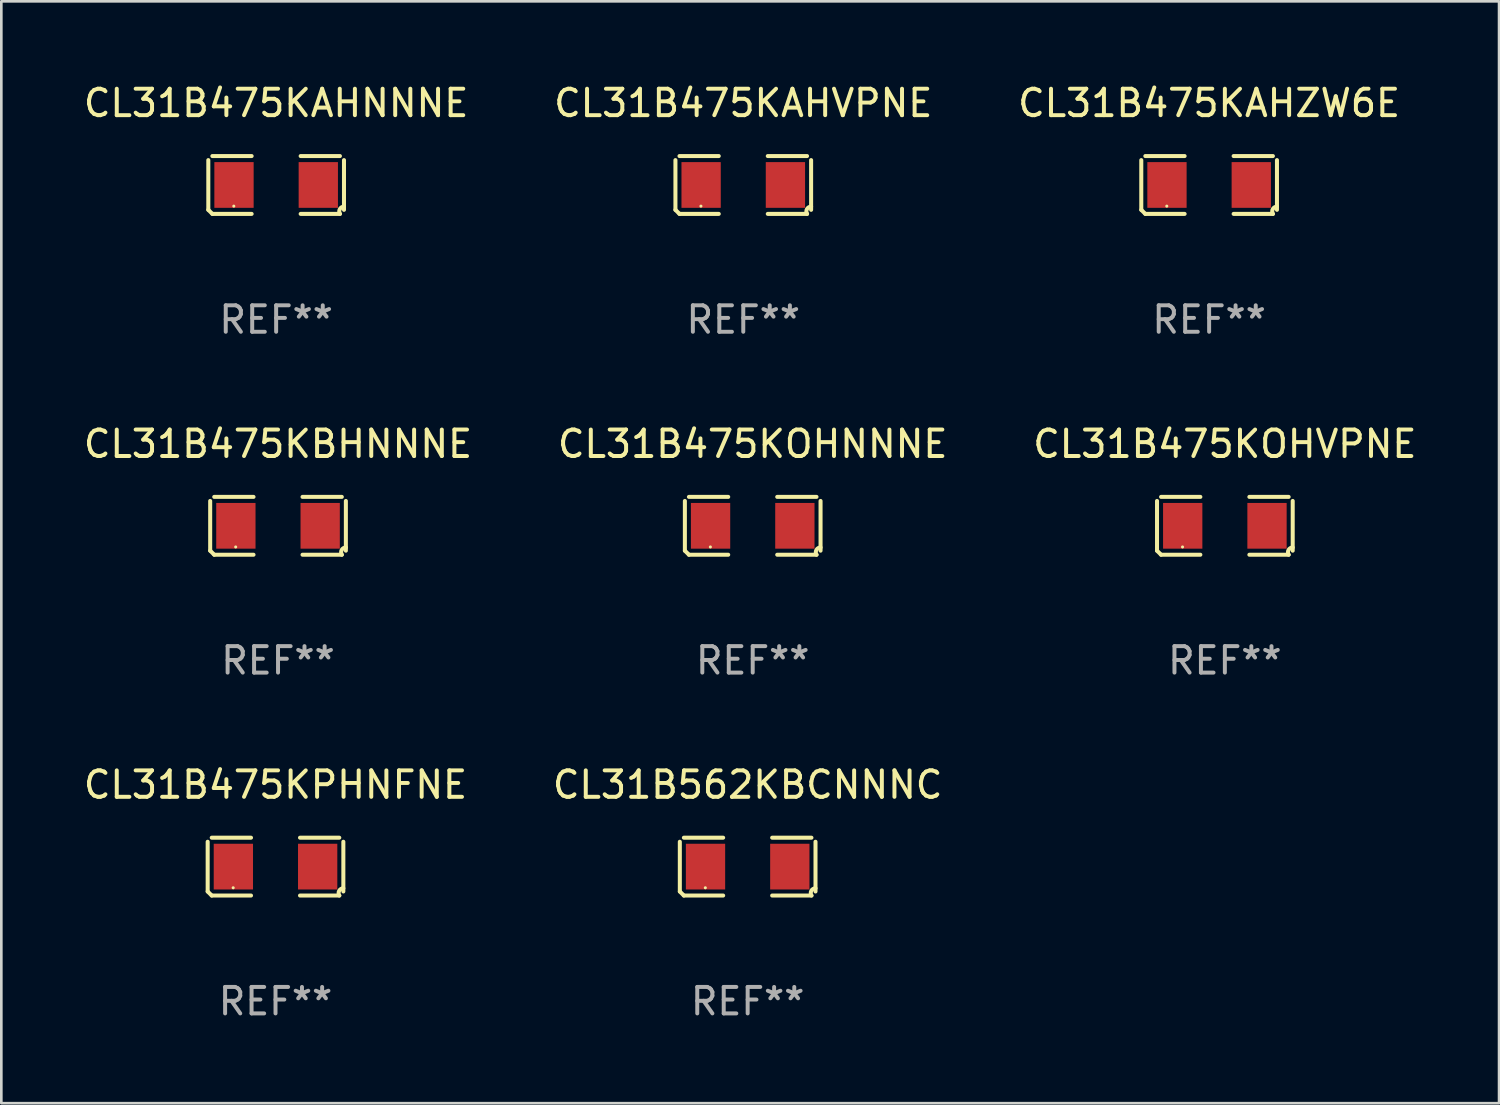
<source format=kicad_pcb>
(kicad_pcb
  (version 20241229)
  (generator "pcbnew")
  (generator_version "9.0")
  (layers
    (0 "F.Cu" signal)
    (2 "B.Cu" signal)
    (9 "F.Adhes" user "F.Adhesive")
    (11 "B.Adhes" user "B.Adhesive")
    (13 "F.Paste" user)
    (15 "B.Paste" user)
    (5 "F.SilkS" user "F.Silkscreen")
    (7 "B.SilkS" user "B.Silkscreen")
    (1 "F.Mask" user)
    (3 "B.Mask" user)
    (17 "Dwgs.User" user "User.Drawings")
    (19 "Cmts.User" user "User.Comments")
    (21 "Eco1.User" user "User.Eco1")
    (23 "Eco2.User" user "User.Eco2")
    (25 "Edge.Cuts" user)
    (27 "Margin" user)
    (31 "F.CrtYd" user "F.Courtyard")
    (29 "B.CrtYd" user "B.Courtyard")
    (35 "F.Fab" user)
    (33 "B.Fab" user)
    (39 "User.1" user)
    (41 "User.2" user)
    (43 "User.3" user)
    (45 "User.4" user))
  (footprint "CL31B475KAHNNNE"
    (layer "F.Cu")
    (at 7.387 3.941)
    (property "Reference" "CL31B475KAHNNNE" (at 0 -3.093 0) (layer "F.SilkS") (effects (font (size 1 1) (thickness 0.15))))
    (attr through_hole)
    (fp_line (start -2.564 0.94) (end -2.564 -0.94) (stroke (width 0.152) (type solid)) (layer "F.SilkS"))
    (fp_line (start -2.411 -1.093) (end -0.926 -1.093) (stroke (width 0.152) (type solid)) (layer "F.SilkS"))
    (fp_line (start -0.926 1.093) (end -2.411 1.093) (stroke (width 0.152) (type solid)) (layer "F.SilkS"))
    (fp_line (start 0.926 1.093) (end 2.411 1.093) (stroke (width 0.152) (type solid)) (layer "F.SilkS"))
    (fp_line (start 2.411 -1.093) (end 0.926 -1.093) (stroke (width 0.152) (type solid)) (layer "F.SilkS"))
    (fp_line (start 2.564 0.94) (end 2.564 -0.94) (stroke (width 0.152) (type solid)) (layer "F.SilkS"))
    (fp_arc (start -2.411201 1.092609) (mid -2.487413 1.01642) (end -2.563602 0.940208) (stroke (width 0.1524) (type solid)) (layer "F.SilkS"))
    (fp_arc (start 2.411201 1.092609) (mid 2.407159 0.911226) (end 2.563602 0.819347) (stroke (width 0.1524) (type solid)) (layer "F.SilkS"))
    (fp_circle (center -1.6 0.8) (end -1.57 0.8) (stroke (width 0.06) (type solid)) (fill no) (layer "F.SilkS"))
    (fp_text user "REF**" (at 0 5.093 0) (layer "F.Fab") (effects (font (size 1 1) (thickness 0.15))))
    (pad "1" smd rect (at -1.593 0) (size 1.485 1.728) (layers "F.Cu" "F.Mask" "F.Paste"))
    (pad "2" smd rect (at 1.593 0) (size 1.485 1.728) (layers "F.Cu" "F.Mask" "F.Paste")))
  (footprint "CL31B475KOHNNNE"
    (layer "F.Cu")
    (at 25.399 16.823)
    (property "Reference" "CL31B475KOHNNNE" (at 0 -3.093 0) (layer "F.SilkS") (effects (font (size 1 1) (thickness 0.15))))
    (attr through_hole)
    (fp_line (start -2.564 0.94) (end -2.564 -0.94) (stroke (width 0.152) (type solid)) (layer "F.SilkS"))
    (fp_line (start -2.411 -1.093) (end -0.926 -1.093) (stroke (width 0.152) (type solid)) (layer "F.SilkS"))
    (fp_line (start -0.926 1.093) (end -2.411 1.093) (stroke (width 0.152) (type solid)) (layer "F.SilkS"))
    (fp_line (start 0.926 1.093) (end 2.411 1.093) (stroke (width 0.152) (type solid)) (layer "F.SilkS"))
    (fp_line (start 2.411 -1.093) (end 0.926 -1.093) (stroke (width 0.152) (type solid)) (layer "F.SilkS"))
    (fp_line (start 2.564 0.94) (end 2.564 -0.94) (stroke (width 0.152) (type solid)) (layer "F.SilkS"))
    (fp_arc (start -2.411201 1.092609) (mid -2.487413 1.01642) (end -2.563602 0.940208) (stroke (width 0.1524) (type solid)) (layer "F.SilkS"))
    (fp_arc (start 2.411201 1.092609) (mid 2.407159 0.911226) (end 2.563602 0.819347) (stroke (width 0.1524) (type solid)) (layer "F.SilkS"))
    (fp_circle (center -1.6 0.8) (end -1.57 0.8) (stroke (width 0.06) (type solid)) (fill no) (layer "F.SilkS"))
    (fp_text user "REF**" (at 0 5.093 0) (layer "F.Fab") (effects (font (size 1 1) (thickness 0.15))))
    (pad "1" smd rect (at -1.593 0) (size 1.485 1.728) (layers "F.Cu" "F.Mask" "F.Paste"))
    (pad "2" smd rect (at 1.593 0) (size 1.485 1.728) (layers "F.Cu" "F.Mask" "F.Paste")))
  (footprint "CL31B562KBCNNNC"
    (layer "F.Cu")
    (at 25.208 29.704)
    (property "Reference" "CL31B562KBCNNNC" (at 0 -3.093 0) (layer "F.SilkS") (effects (font (size 1 1) (thickness 0.15))))
    (attr through_hole)
    (fp_line (start -2.564 0.94) (end -2.564 -0.94) (stroke (width 0.152) (type solid)) (layer "F.SilkS"))
    (fp_line (start -2.411 -1.093) (end -0.926 -1.093) (stroke (width 0.152) (type solid)) (layer "F.SilkS"))
    (fp_line (start -0.926 1.093) (end -2.411 1.093) (stroke (width 0.152) (type solid)) (layer "F.SilkS"))
    (fp_line (start 0.926 1.093) (end 2.411 1.093) (stroke (width 0.152) (type solid)) (layer "F.SilkS"))
    (fp_line (start 2.411 -1.093) (end 0.926 -1.093) (stroke (width 0.152) (type solid)) (layer "F.SilkS"))
    (fp_line (start 2.564 0.94) (end 2.564 -0.94) (stroke (width 0.152) (type solid)) (layer "F.SilkS"))
    (fp_arc (start -2.411201 1.092609) (mid -2.487413 1.01642) (end -2.563602 0.940208) (stroke (width 0.1524) (type solid)) (layer "F.SilkS"))
    (fp_arc (start 2.411201 1.092609) (mid 2.407159 0.911226) (end 2.563602 0.819347) (stroke (width 0.1524) (type solid)) (layer "F.SilkS"))
    (fp_circle (center -1.6 0.8) (end -1.57 0.8) (stroke (width 0.06) (type solid)) (fill no) (layer "F.SilkS"))
    (fp_text user "REF**" (at 0 5.093 0) (layer "F.Fab") (effects (font (size 1 1) (thickness 0.15))))
    (pad "1" smd rect (at -1.593 0) (size 1.485 1.728) (layers "F.Cu" "F.Mask" "F.Paste"))
    (pad "2" smd rect (at 1.593 0) (size 1.485 1.728) (layers "F.Cu" "F.Mask" "F.Paste")))
  (footprint "CL31B475KAHVPNE"
    (layer "F.Cu")
    (at 25.042 3.941)
    (property "Reference" "CL31B475KAHVPNE" (at 0 -3.093 0) (layer "F.SilkS") (effects (font (size 1 1) (thickness 0.15))))
    (attr through_hole)
    (fp_line (start -2.564 0.94) (end -2.564 -0.94) (stroke (width 0.152) (type solid)) (layer "F.SilkS"))
    (fp_line (start -2.411 -1.093) (end -0.926 -1.093) (stroke (width 0.152) (type solid)) (layer "F.SilkS"))
    (fp_line (start -0.926 1.093) (end -2.411 1.093) (stroke (width 0.152) (type solid)) (layer "F.SilkS"))
    (fp_line (start 0.926 1.093) (end 2.411 1.093) (stroke (width 0.152) (type solid)) (layer "F.SilkS"))
    (fp_line (start 2.411 -1.093) (end 0.926 -1.093) (stroke (width 0.152) (type solid)) (layer "F.SilkS"))
    (fp_line (start 2.564 0.94) (end 2.564 -0.94) (stroke (width 0.152) (type solid)) (layer "F.SilkS"))
    (fp_arc (start -2.411201 1.092609) (mid -2.487413 1.01642) (end -2.563602 0.940208) (stroke (width 0.1524) (type solid)) (layer "F.SilkS"))
    (fp_arc (start 2.411201 1.092609) (mid 2.407159 0.911226) (end 2.563602 0.819347) (stroke (width 0.1524) (type solid)) (layer "F.SilkS"))
    (fp_circle (center -1.6 0.8) (end -1.57 0.8) (stroke (width 0.06) (type solid)) (fill no) (layer "F.SilkS"))
    (fp_text user "REF**" (at 0 5.093 0) (layer "F.Fab") (effects (font (size 1 1) (thickness 0.15))))
    (pad "1" smd rect (at -1.593 0) (size 1.485 1.728) (layers "F.Cu" "F.Mask" "F.Paste"))
    (pad "2" smd rect (at 1.593 0) (size 1.485 1.728) (layers "F.Cu" "F.Mask" "F.Paste")))
  (footprint "CL31B475KPHNFNE"
    (layer "F.Cu")
    (at 7.363 29.704)
    (property "Reference" "CL31B475KPHNFNE" (at 0 -3.093 0) (layer "F.SilkS") (effects (font (size 1 1) (thickness 0.15))))
    (attr through_hole)
    (fp_line (start -2.564 0.94) (end -2.564 -0.94) (stroke (width 0.152) (type solid)) (layer "F.SilkS"))
    (fp_line (start -2.411 -1.093) (end -0.926 -1.093) (stroke (width 0.152) (type solid)) (layer "F.SilkS"))
    (fp_line (start -0.926 1.093) (end -2.411 1.093) (stroke (width 0.152) (type solid)) (layer "F.SilkS"))
    (fp_line (start 0.926 1.093) (end 2.411 1.093) (stroke (width 0.152) (type solid)) (layer "F.SilkS"))
    (fp_line (start 2.411 -1.093) (end 0.926 -1.093) (stroke (width 0.152) (type solid)) (layer "F.SilkS"))
    (fp_line (start 2.564 0.94) (end 2.564 -0.94) (stroke (width 0.152) (type solid)) (layer "F.SilkS"))
    (fp_arc (start -2.411201 1.092609) (mid -2.487413 1.01642) (end -2.563602 0.940208) (stroke (width 0.1524) (type solid)) (layer "F.SilkS"))
    (fp_arc (start 2.411201 1.092609) (mid 2.407159 0.911226) (end 2.563602 0.819347) (stroke (width 0.1524) (type solid)) (layer "F.SilkS"))
    (fp_circle (center -1.6 0.8) (end -1.57 0.8) (stroke (width 0.06) (type solid)) (fill no) (layer "F.SilkS"))
    (fp_text user "REF**" (at 0 5.093 0) (layer "F.Fab") (effects (font (size 1 1) (thickness 0.15))))
    (pad "1" smd rect (at -1.593 0) (size 1.485 1.728) (layers "F.Cu" "F.Mask" "F.Paste"))
    (pad "2" smd rect (at 1.593 0) (size 1.485 1.728) (layers "F.Cu" "F.Mask" "F.Paste")))
  (footprint "CL31B475KBHNNNE"
    (layer "F.Cu")
    (at 7.458 16.823)
    (property "Reference" "CL31B475KBHNNNE" (at 0 -3.093 0) (layer "F.SilkS") (effects (font (size 1 1) (thickness 0.15))))
    (attr through_hole)
    (fp_line (start -2.564 0.94) (end -2.564 -0.94) (stroke (width 0.152) (type solid)) (layer "F.SilkS"))
    (fp_line (start -2.411 -1.093) (end -0.926 -1.093) (stroke (width 0.152) (type solid)) (layer "F.SilkS"))
    (fp_line (start -0.926 1.093) (end -2.411 1.093) (stroke (width 0.152) (type solid)) (layer "F.SilkS"))
    (fp_line (start 0.926 1.093) (end 2.411 1.093) (stroke (width 0.152) (type solid)) (layer "F.SilkS"))
    (fp_line (start 2.411 -1.093) (end 0.926 -1.093) (stroke (width 0.152) (type solid)) (layer "F.SilkS"))
    (fp_line (start 2.564 0.94) (end 2.564 -0.94) (stroke (width 0.152) (type solid)) (layer "F.SilkS"))
    (fp_arc (start -2.411201 1.092609) (mid -2.487413 1.01642) (end -2.563602 0.940208) (stroke (width 0.1524) (type solid)) (layer "F.SilkS"))
    (fp_arc (start 2.411201 1.092609) (mid 2.407159 0.911226) (end 2.563602 0.819347) (stroke (width 0.1524) (type solid)) (layer "F.SilkS"))
    (fp_circle (center -1.6 0.8) (end -1.57 0.8) (stroke (width 0.06) (type solid)) (fill no) (layer "F.SilkS"))
    (fp_text user "REF**" (at 0 5.093 0) (layer "F.Fab") (effects (font (size 1 1) (thickness 0.15))))
    (pad "1" smd rect (at -1.593 0) (size 1.485 1.728) (layers "F.Cu" "F.Mask" "F.Paste"))
    (pad "2" smd rect (at 1.593 0) (size 1.485 1.728) (layers "F.Cu" "F.Mask" "F.Paste")))
  (footprint "CL31B475KOHVPNE"
    (layer "F.Cu")
    (at 43.244 16.823)
    (property "Reference" "CL31B475KOHVPNE" (at 0 -3.093 0) (layer "F.SilkS") (effects (font (size 1 1) (thickness 0.15))))
    (attr through_hole)
    (fp_line (start -2.564 0.94) (end -2.564 -0.94) (stroke (width 0.152) (type solid)) (layer "F.SilkS"))
    (fp_line (start -2.411 -1.093) (end -0.926 -1.093) (stroke (width 0.152) (type solid)) (layer "F.SilkS"))
    (fp_line (start -0.926 1.093) (end -2.411 1.093) (stroke (width 0.152) (type solid)) (layer "F.SilkS"))
    (fp_line (start 0.926 1.093) (end 2.411 1.093) (stroke (width 0.152) (type solid)) (layer "F.SilkS"))
    (fp_line (start 2.411 -1.093) (end 0.926 -1.093) (stroke (width 0.152) (type solid)) (layer "F.SilkS"))
    (fp_line (start 2.564 0.94) (end 2.564 -0.94) (stroke (width 0.152) (type solid)) (layer "F.SilkS"))
    (fp_arc (start -2.411201 1.092609) (mid -2.487413 1.01642) (end -2.563602 0.940208) (stroke (width 0.1524) (type solid)) (layer "F.SilkS"))
    (fp_arc (start 2.411201 1.092609) (mid 2.407159 0.911226) (end 2.563602 0.819347) (stroke (width 0.1524) (type solid)) (layer "F.SilkS"))
    (fp_circle (center -1.6 0.8) (end -1.57 0.8) (stroke (width 0.06) (type solid)) (fill no) (layer "F.SilkS"))
    (fp_text user "REF**" (at 0 5.093 0) (layer "F.Fab") (effects (font (size 1 1) (thickness 0.15))))
    (pad "1" smd rect (at -1.593 0) (size 1.485 1.728) (layers "F.Cu" "F.Mask" "F.Paste"))
    (pad "2" smd rect (at 1.593 0) (size 1.485 1.728) (layers "F.Cu" "F.Mask" "F.Paste")))
  (footprint "CL31B475KAHZW6E"
    (layer "F.Cu")
    (at 42.649 3.941)
    (property "Reference" "CL31B475KAHZW6E" (at 0 -3.093 0) (layer "F.SilkS") (effects (font (size 1 1) (thickness 0.15))))
    (attr through_hole)
    (fp_line (start -2.564 0.94) (end -2.564 -0.94) (stroke (width 0.152) (type solid)) (layer "F.SilkS"))
    (fp_line (start -2.411 -1.093) (end -0.926 -1.093) (stroke (width 0.152) (type solid)) (layer "F.SilkS"))
    (fp_line (start -0.926 1.093) (end -2.411 1.093) (stroke (width 0.152) (type solid)) (layer "F.SilkS"))
    (fp_line (start 0.926 1.093) (end 2.411 1.093) (stroke (width 0.152) (type solid)) (layer "F.SilkS"))
    (fp_line (start 2.411 -1.093) (end 0.926 -1.093) (stroke (width 0.152) (type solid)) (layer "F.SilkS"))
    (fp_line (start 2.564 0.94) (end 2.564 -0.94) (stroke (width 0.152) (type solid)) (layer "F.SilkS"))
    (fp_arc (start -2.411201 1.092609) (mid -2.487413 1.01642) (end -2.563602 0.940208) (stroke (width 0.1524) (type solid)) (layer "F.SilkS"))
    (fp_arc (start 2.411201 1.092609) (mid 2.407159 0.911226) (end 2.563602 0.819347) (stroke (width 0.1524) (type solid)) (layer "F.SilkS"))
    (fp_circle (center -1.6 0.8) (end -1.57 0.8) (stroke (width 0.06) (type solid)) (fill no) (layer "F.SilkS"))
    (fp_text user "REF**" (at 0 5.093 0) (layer "F.Fab") (effects (font (size 1 1) (thickness 0.15))))
    (pad "1" smd rect (at -1.593 0) (size 1.485 1.728) (layers "F.Cu" "F.Mask" "F.Paste"))
    (pad "2" smd rect (at 1.593 0) (size 1.485 1.728) (layers "F.Cu" "F.Mask" "F.Paste")))
  (gr_rect
    (start -3 -3)
    (end 53.607 38.645)
    (stroke (width 0.1) (type default))
    (fill no)
    (layer "Edge.Cuts")))
</source>
